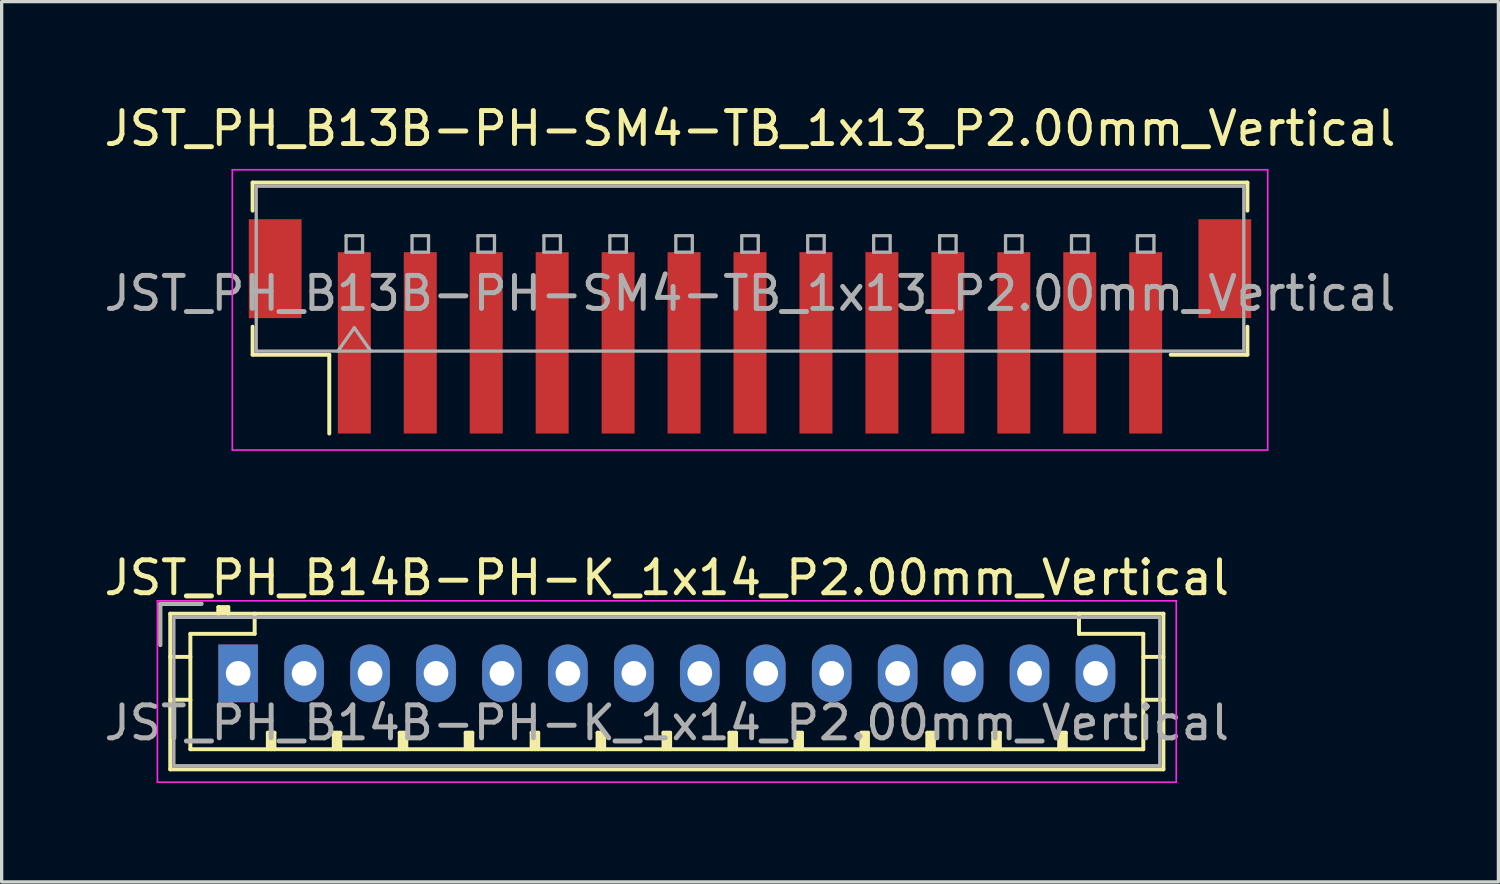
<source format=kicad_pcb>
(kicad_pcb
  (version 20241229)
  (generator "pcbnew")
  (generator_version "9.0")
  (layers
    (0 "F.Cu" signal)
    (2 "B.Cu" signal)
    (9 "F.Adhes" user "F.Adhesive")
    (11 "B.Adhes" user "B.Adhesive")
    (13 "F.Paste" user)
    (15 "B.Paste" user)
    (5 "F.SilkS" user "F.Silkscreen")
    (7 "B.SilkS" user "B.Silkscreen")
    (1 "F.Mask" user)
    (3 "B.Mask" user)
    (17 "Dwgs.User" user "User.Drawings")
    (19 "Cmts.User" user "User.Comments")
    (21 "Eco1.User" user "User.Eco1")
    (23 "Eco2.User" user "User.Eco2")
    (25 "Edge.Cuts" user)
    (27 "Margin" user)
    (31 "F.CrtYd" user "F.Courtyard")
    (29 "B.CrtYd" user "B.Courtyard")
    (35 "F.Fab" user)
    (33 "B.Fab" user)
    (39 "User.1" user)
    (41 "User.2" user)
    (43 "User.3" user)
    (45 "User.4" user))
  (footprint "JST_PH_B13B-PH-SM4-TB_1x13_P2.00mm_Vertical"
    (layer "F.Cu")
    (at 19.696 6.848)
    (property "Reference" "JST_PH_B13B-PH-SM4-TB_1x13_P2.00mm_Vertical" (at 0 -6 0) (layer "F.SilkS") (effects (font (size 1 1) (thickness 0.15))))
    (attr smd)
    (fp_line (start -15.085 -4.36) (end 15.085 -4.36) (stroke (width 0.12) (type solid)) (layer "F.SilkS"))
    (fp_line (start -15.085 -3.51) (end -15.085 -4.36) (stroke (width 0.12) (type solid)) (layer "F.SilkS"))
    (fp_line (start -15.085 0.01) (end -15.085 0.86) (stroke (width 0.12) (type solid)) (layer "F.SilkS"))
    (fp_line (start -15.085 0.86) (end -12.76 0.86) (stroke (width 0.12) (type solid)) (layer "F.SilkS"))
    (fp_line (start -12.76 0.86) (end -12.76 3.25) (stroke (width 0.12) (type solid)) (layer "F.SilkS"))
    (fp_line (start 15.085 -4.36) (end 15.085 -3.51) (stroke (width 0.12) (type solid)) (layer "F.SilkS"))
    (fp_line (start 15.085 0.01) (end 15.085 0.86) (stroke (width 0.12) (type solid)) (layer "F.SilkS"))
    (fp_line (start 15.085 0.86) (end 12.76 0.86) (stroke (width 0.12) (type solid)) (layer "F.SilkS"))
    (fp_line (start -15.7 -4.75) (end -15.7 3.75) (stroke (width 0.05) (type solid)) (layer "F.CrtYd"))
    (fp_line (start -15.7 3.75) (end 15.7 3.75) (stroke (width 0.05) (type solid)) (layer "F.CrtYd"))
    (fp_line (start 15.7 -4.75) (end -15.7 -4.75) (stroke (width 0.05) (type solid)) (layer "F.CrtYd"))
    (fp_line (start 15.7 3.75) (end 15.7 -4.75) (stroke (width 0.05) (type solid)) (layer "F.CrtYd"))
    (fp_line (start -14.975 -4.25) (end 14.975 -4.25) (stroke (width 0.1) (type solid)) (layer "F.Fab"))
    (fp_line (start -14.975 0.75) (end -14.975 -4.25) (stroke (width 0.1) (type solid)) (layer "F.Fab"))
    (fp_line (start -14.975 0.75) (end 14.975 0.75) (stroke (width 0.1) (type solid)) (layer "F.Fab"))
    (fp_line (start -12.5 0.75) (end -12 0.043) (stroke (width 0.1) (type solid)) (layer "F.Fab"))
    (fp_line (start -12.25 -2.75) (end -12.25 -2.25) (stroke (width 0.1) (type solid)) (layer "F.Fab"))
    (fp_line (start -12.25 -2.25) (end -11.75 -2.25) (stroke (width 0.1) (type solid)) (layer "F.Fab"))
    (fp_line (start -12 0.043) (end -11.5 0.75) (stroke (width 0.1) (type solid)) (layer "F.Fab"))
    (fp_line (start -11.75 -2.75) (end -12.25 -2.75) (stroke (width 0.1) (type solid)) (layer "F.Fab"))
    (fp_line (start -11.75 -2.25) (end -11.75 -2.75) (stroke (width 0.1) (type solid)) (layer "F.Fab"))
    (fp_line (start -10.25 -2.75) (end -10.25 -2.25) (stroke (width 0.1) (type solid)) (layer "F.Fab"))
    (fp_line (start -10.25 -2.25) (end -9.75 -2.25) (stroke (width 0.1) (type solid)) (layer "F.Fab"))
    (fp_line (start -9.75 -2.75) (end -10.25 -2.75) (stroke (width 0.1) (type solid)) (layer "F.Fab"))
    (fp_line (start -9.75 -2.25) (end -9.75 -2.75) (stroke (width 0.1) (type solid)) (layer "F.Fab"))
    (fp_line (start -8.25 -2.75) (end -8.25 -2.25) (stroke (width 0.1) (type solid)) (layer "F.Fab"))
    (fp_line (start -8.25 -2.25) (end -7.75 -2.25) (stroke (width 0.1) (type solid)) (layer "F.Fab"))
    (fp_line (start -7.75 -2.75) (end -8.25 -2.75) (stroke (width 0.1) (type solid)) (layer "F.Fab"))
    (fp_line (start -7.75 -2.25) (end -7.75 -2.75) (stroke (width 0.1) (type solid)) (layer "F.Fab"))
    (fp_line (start -6.25 -2.75) (end -6.25 -2.25) (stroke (width 0.1) (type solid)) (layer "F.Fab"))
    (fp_line (start -6.25 -2.25) (end -5.75 -2.25) (stroke (width 0.1) (type solid)) (layer "F.Fab"))
    (fp_line (start -5.75 -2.75) (end -6.25 -2.75) (stroke (width 0.1) (type solid)) (layer "F.Fab"))
    (fp_line (start -5.75 -2.25) (end -5.75 -2.75) (stroke (width 0.1) (type solid)) (layer "F.Fab"))
    (fp_line (start -4.25 -2.75) (end -4.25 -2.25) (stroke (width 0.1) (type solid)) (layer "F.Fab"))
    (fp_line (start -4.25 -2.25) (end -3.75 -2.25) (stroke (width 0.1) (type solid)) (layer "F.Fab"))
    (fp_line (start -3.75 -2.75) (end -4.25 -2.75) (stroke (width 0.1) (type solid)) (layer "F.Fab"))
    (fp_line (start -3.75 -2.25) (end -3.75 -2.75) (stroke (width 0.1) (type solid)) (layer "F.Fab"))
    (fp_line (start -2.25 -2.75) (end -2.25 -2.25) (stroke (width 0.1) (type solid)) (layer "F.Fab"))
    (fp_line (start -2.25 -2.25) (end -1.75 -2.25) (stroke (width 0.1) (type solid)) (layer "F.Fab"))
    (fp_line (start -1.75 -2.75) (end -2.25 -2.75) (stroke (width 0.1) (type solid)) (layer "F.Fab"))
    (fp_line (start -1.75 -2.25) (end -1.75 -2.75) (stroke (width 0.1) (type solid)) (layer "F.Fab"))
    (fp_line (start -0.25 -2.75) (end -0.25 -2.25) (stroke (width 0.1) (type solid)) (layer "F.Fab"))
    (fp_line (start -0.25 -2.25) (end 0.25 -2.25) (stroke (width 0.1) (type solid)) (layer "F.Fab"))
    (fp_line (start 0.25 -2.75) (end -0.25 -2.75) (stroke (width 0.1) (type solid)) (layer "F.Fab"))
    (fp_line (start 0.25 -2.25) (end 0.25 -2.75) (stroke (width 0.1) (type solid)) (layer "F.Fab"))
    (fp_line (start 1.75 -2.75) (end 1.75 -2.25) (stroke (width 0.1) (type solid)) (layer "F.Fab"))
    (fp_line (start 1.75 -2.25) (end 2.25 -2.25) (stroke (width 0.1) (type solid)) (layer "F.Fab"))
    (fp_line (start 2.25 -2.75) (end 1.75 -2.75) (stroke (width 0.1) (type solid)) (layer "F.Fab"))
    (fp_line (start 2.25 -2.25) (end 2.25 -2.75) (stroke (width 0.1) (type solid)) (layer "F.Fab"))
    (fp_line (start 3.75 -2.75) (end 3.75 -2.25) (stroke (width 0.1) (type solid)) (layer "F.Fab"))
    (fp_line (start 3.75 -2.25) (end 4.25 -2.25) (stroke (width 0.1) (type solid)) (layer "F.Fab"))
    (fp_line (start 4.25 -2.75) (end 3.75 -2.75) (stroke (width 0.1) (type solid)) (layer "F.Fab"))
    (fp_line (start 4.25 -2.25) (end 4.25 -2.75) (stroke (width 0.1) (type solid)) (layer "F.Fab"))
    (fp_line (start 5.75 -2.75) (end 5.75 -2.25) (stroke (width 0.1) (type solid)) (layer "F.Fab"))
    (fp_line (start 5.75 -2.25) (end 6.25 -2.25) (stroke (width 0.1) (type solid)) (layer "F.Fab"))
    (fp_line (start 6.25 -2.75) (end 5.75 -2.75) (stroke (width 0.1) (type solid)) (layer "F.Fab"))
    (fp_line (start 6.25 -2.25) (end 6.25 -2.75) (stroke (width 0.1) (type solid)) (layer "F.Fab"))
    (fp_line (start 7.75 -2.75) (end 7.75 -2.25) (stroke (width 0.1) (type solid)) (layer "F.Fab"))
    (fp_line (start 7.75 -2.25) (end 8.25 -2.25) (stroke (width 0.1) (type solid)) (layer "F.Fab"))
    (fp_line (start 8.25 -2.75) (end 7.75 -2.75) (stroke (width 0.1) (type solid)) (layer "F.Fab"))
    (fp_line (start 8.25 -2.25) (end 8.25 -2.75) (stroke (width 0.1) (type solid)) (layer "F.Fab"))
    (fp_line (start 9.75 -2.75) (end 9.75 -2.25) (stroke (width 0.1) (type solid)) (layer "F.Fab"))
    (fp_line (start 9.75 -2.25) (end 10.25 -2.25) (stroke (width 0.1) (type solid)) (layer "F.Fab"))
    (fp_line (start 10.25 -2.75) (end 9.75 -2.75) (stroke (width 0.1) (type solid)) (layer "F.Fab"))
    (fp_line (start 10.25 -2.25) (end 10.25 -2.75) (stroke (width 0.1) (type solid)) (layer "F.Fab"))
    (fp_line (start 11.75 -2.75) (end 11.75 -2.25) (stroke (width 0.1) (type solid)) (layer "F.Fab"))
    (fp_line (start 11.75 -2.25) (end 12.25 -2.25) (stroke (width 0.1) (type solid)) (layer "F.Fab"))
    (fp_line (start 12.25 -2.75) (end 11.75 -2.75) (stroke (width 0.1) (type solid)) (layer "F.Fab"))
    (fp_line (start 12.25 -2.25) (end 12.25 -2.75) (stroke (width 0.1) (type solid)) (layer "F.Fab"))
    (fp_line (start 14.975 0.75) (end 14.975 -4.25) (stroke (width 0.1) (type solid)) (layer "F.Fab"))
    (fp_text user "${REFERENCE}" (at 0 -1 0) (layer "F.Fab") (effects (font (size 1 1) (thickness 0.15))))
    (pad "" smd rect (at -14.4 -1.75) (size 1.6 3) (layers "F.Cu" "F.Mask" "F.Paste"))
    (pad "" smd rect (at 14.4 -1.75) (size 1.6 3) (layers "F.Cu" "F.Mask" "F.Paste"))
    (pad "1" smd rect (at -12 0.5) (size 1 5.5) (layers "F.Cu" "F.Mask" "F.Paste"))
    (pad "2" smd rect (at -10 0.5) (size 1 5.5) (layers "F.Cu" "F.Mask" "F.Paste"))
    (pad "3" smd rect (at -8 0.5) (size 1 5.5) (layers "F.Cu" "F.Mask" "F.Paste"))
    (pad "4" smd rect (at -6 0.5) (size 1 5.5) (layers "F.Cu" "F.Mask" "F.Paste"))
    (pad "5" smd rect (at -4 0.5) (size 1 5.5) (layers "F.Cu" "F.Mask" "F.Paste"))
    (pad "6" smd rect (at -2 0.5) (size 1 5.5) (layers "F.Cu" "F.Mask" "F.Paste"))
    (pad "7" smd rect (at 0 0.5) (size 1 5.5) (layers "F.Cu" "F.Mask" "F.Paste"))
    (pad "8" smd rect (at 2 0.5) (size 1 5.5) (layers "F.Cu" "F.Mask" "F.Paste"))
    (pad "9" smd rect (at 4 0.5) (size 1 5.5) (layers "F.Cu" "F.Mask" "F.Paste"))
    (pad "10" smd rect (at 6 0.5) (size 1 5.5) (layers "F.Cu" "F.Mask" "F.Paste"))
    (pad "11" smd rect (at 8 0.5) (size 1 5.5) (layers "F.Cu" "F.Mask" "F.Paste"))
    (pad "12" smd rect (at 10 0.5) (size 1 5.5) (layers "F.Cu" "F.Mask" "F.Paste"))
    (pad "13" smd rect (at 12 0.5) (size 1 5.5) (layers "F.Cu" "F.Mask" "F.Paste")))
  (footprint "JST_PH_B14B-PH-K_1x14_P2.00mm_Vertical"
    (layer "F.Cu")
    (at 4.173 17.372)
    (property "Reference" "JST_PH_B14B-PH-K_1x14_P2.00mm_Vertical" (at 13 -2.9 0) (layer "F.SilkS") (effects (font (size 1 1) (thickness 0.15))))
    (attr through_hole)
    (fp_line (start -2.36 -2.11) (end -2.36 -0.86) (stroke (width 0.12) (type solid)) (layer "F.SilkS"))
    (fp_line (start -2.06 -1.81) (end -2.06 2.91) (stroke (width 0.12) (type solid)) (layer "F.SilkS"))
    (fp_line (start -2.06 -0.5) (end -1.45 -0.5) (stroke (width 0.12) (type solid)) (layer "F.SilkS"))
    (fp_line (start -2.06 0.8) (end -1.45 0.8) (stroke (width 0.12) (type solid)) (layer "F.SilkS"))
    (fp_line (start -2.06 2.91) (end 28.06 2.91) (stroke (width 0.12) (type solid)) (layer "F.SilkS"))
    (fp_line (start -1.45 -1.2) (end -1.45 2.3) (stroke (width 0.12) (type solid)) (layer "F.SilkS"))
    (fp_line (start -1.45 2.3) (end 27.45 2.3) (stroke (width 0.12) (type solid)) (layer "F.SilkS"))
    (fp_line (start -1.11 -2.11) (end -2.36 -2.11) (stroke (width 0.12) (type solid)) (layer "F.SilkS"))
    (fp_line (start -0.6 -2.01) (end -0.6 -1.81) (stroke (width 0.12) (type solid)) (layer "F.SilkS"))
    (fp_line (start -0.3 -2.01) (end -0.6 -2.01) (stroke (width 0.12) (type solid)) (layer "F.SilkS"))
    (fp_line (start -0.3 -1.91) (end -0.6 -1.91) (stroke (width 0.12) (type solid)) (layer "F.SilkS"))
    (fp_line (start -0.3 -1.81) (end -0.3 -2.01) (stroke (width 0.12) (type solid)) (layer "F.SilkS"))
    (fp_line (start 0.5 -1.81) (end 0.5 -1.2) (stroke (width 0.12) (type solid)) (layer "F.SilkS"))
    (fp_line (start 0.5 -1.2) (end -1.45 -1.2) (stroke (width 0.12) (type solid)) (layer "F.SilkS"))
    (fp_line (start 0.9 1.8) (end 1.1 1.8) (stroke (width 0.12) (type solid)) (layer "F.SilkS"))
    (fp_line (start 0.9 2.3) (end 0.9 1.8) (stroke (width 0.12) (type solid)) (layer "F.SilkS"))
    (fp_line (start 1 2.3) (end 1 1.8) (stroke (width 0.12) (type solid)) (layer "F.SilkS"))
    (fp_line (start 1.1 1.8) (end 1.1 2.3) (stroke (width 0.12) (type solid)) (layer "F.SilkS"))
    (fp_line (start 2.9 1.8) (end 3.1 1.8) (stroke (width 0.12) (type solid)) (layer "F.SilkS"))
    (fp_line (start 2.9 2.3) (end 2.9 1.8) (stroke (width 0.12) (type solid)) (layer "F.SilkS"))
    (fp_line (start 3 2.3) (end 3 1.8) (stroke (width 0.12) (type solid)) (layer "F.SilkS"))
    (fp_line (start 3.1 1.8) (end 3.1 2.3) (stroke (width 0.12) (type solid)) (layer "F.SilkS"))
    (fp_line (start 4.9 1.8) (end 5.1 1.8) (stroke (width 0.12) (type solid)) (layer "F.SilkS"))
    (fp_line (start 4.9 2.3) (end 4.9 1.8) (stroke (width 0.12) (type solid)) (layer "F.SilkS"))
    (fp_line (start 5 2.3) (end 5 1.8) (stroke (width 0.12) (type solid)) (layer "F.SilkS"))
    (fp_line (start 5.1 1.8) (end 5.1 2.3) (stroke (width 0.12) (type solid)) (layer "F.SilkS"))
    (fp_line (start 6.9 1.8) (end 7.1 1.8) (stroke (width 0.12) (type solid)) (layer "F.SilkS"))
    (fp_line (start 6.9 2.3) (end 6.9 1.8) (stroke (width 0.12) (type solid)) (layer "F.SilkS"))
    (fp_line (start 7 2.3) (end 7 1.8) (stroke (width 0.12) (type solid)) (layer "F.SilkS"))
    (fp_line (start 7.1 1.8) (end 7.1 2.3) (stroke (width 0.12) (type solid)) (layer "F.SilkS"))
    (fp_line (start 8.9 1.8) (end 9.1 1.8) (stroke (width 0.12) (type solid)) (layer "F.SilkS"))
    (fp_line (start 8.9 2.3) (end 8.9 1.8) (stroke (width 0.12) (type solid)) (layer "F.SilkS"))
    (fp_line (start 9 2.3) (end 9 1.8) (stroke (width 0.12) (type solid)) (layer "F.SilkS"))
    (fp_line (start 9.1 1.8) (end 9.1 2.3) (stroke (width 0.12) (type solid)) (layer "F.SilkS"))
    (fp_line (start 10.9 1.8) (end 11.1 1.8) (stroke (width 0.12) (type solid)) (layer "F.SilkS"))
    (fp_line (start 10.9 2.3) (end 10.9 1.8) (stroke (width 0.12) (type solid)) (layer "F.SilkS"))
    (fp_line (start 11 2.3) (end 11 1.8) (stroke (width 0.12) (type solid)) (layer "F.SilkS"))
    (fp_line (start 11.1 1.8) (end 11.1 2.3) (stroke (width 0.12) (type solid)) (layer "F.SilkS"))
    (fp_line (start 12.9 1.8) (end 13.1 1.8) (stroke (width 0.12) (type solid)) (layer "F.SilkS"))
    (fp_line (start 12.9 2.3) (end 12.9 1.8) (stroke (width 0.12) (type solid)) (layer "F.SilkS"))
    (fp_line (start 13 2.3) (end 13 1.8) (stroke (width 0.12) (type solid)) (layer "F.SilkS"))
    (fp_line (start 13.1 1.8) (end 13.1 2.3) (stroke (width 0.12) (type solid)) (layer "F.SilkS"))
    (fp_line (start 14.9 1.8) (end 15.1 1.8) (stroke (width 0.12) (type solid)) (layer "F.SilkS"))
    (fp_line (start 14.9 2.3) (end 14.9 1.8) (stroke (width 0.12) (type solid)) (layer "F.SilkS"))
    (fp_line (start 15 2.3) (end 15 1.8) (stroke (width 0.12) (type solid)) (layer "F.SilkS"))
    (fp_line (start 15.1 1.8) (end 15.1 2.3) (stroke (width 0.12) (type solid)) (layer "F.SilkS"))
    (fp_line (start 16.9 1.8) (end 17.1 1.8) (stroke (width 0.12) (type solid)) (layer "F.SilkS"))
    (fp_line (start 16.9 2.3) (end 16.9 1.8) (stroke (width 0.12) (type solid)) (layer "F.SilkS"))
    (fp_line (start 17 2.3) (end 17 1.8) (stroke (width 0.12) (type solid)) (layer "F.SilkS"))
    (fp_line (start 17.1 1.8) (end 17.1 2.3) (stroke (width 0.12) (type solid)) (layer "F.SilkS"))
    (fp_line (start 18.9 1.8) (end 19.1 1.8) (stroke (width 0.12) (type solid)) (layer "F.SilkS"))
    (fp_line (start 18.9 2.3) (end 18.9 1.8) (stroke (width 0.12) (type solid)) (layer "F.SilkS"))
    (fp_line (start 19 2.3) (end 19 1.8) (stroke (width 0.12) (type solid)) (layer "F.SilkS"))
    (fp_line (start 19.1 1.8) (end 19.1 2.3) (stroke (width 0.12) (type solid)) (layer "F.SilkS"))
    (fp_line (start 20.9 1.8) (end 21.1 1.8) (stroke (width 0.12) (type solid)) (layer "F.SilkS"))
    (fp_line (start 20.9 2.3) (end 20.9 1.8) (stroke (width 0.12) (type solid)) (layer "F.SilkS"))
    (fp_line (start 21 2.3) (end 21 1.8) (stroke (width 0.12) (type solid)) (layer "F.SilkS"))
    (fp_line (start 21.1 1.8) (end 21.1 2.3) (stroke (width 0.12) (type solid)) (layer "F.SilkS"))
    (fp_line (start 22.9 1.8) (end 23.1 1.8) (stroke (width 0.12) (type solid)) (layer "F.SilkS"))
    (fp_line (start 22.9 2.3) (end 22.9 1.8) (stroke (width 0.12) (type solid)) (layer "F.SilkS"))
    (fp_line (start 23 2.3) (end 23 1.8) (stroke (width 0.12) (type solid)) (layer "F.SilkS"))
    (fp_line (start 23.1 1.8) (end 23.1 2.3) (stroke (width 0.12) (type solid)) (layer "F.SilkS"))
    (fp_line (start 24.9 1.8) (end 25.1 1.8) (stroke (width 0.12) (type solid)) (layer "F.SilkS"))
    (fp_line (start 24.9 2.3) (end 24.9 1.8) (stroke (width 0.12) (type solid)) (layer "F.SilkS"))
    (fp_line (start 25 2.3) (end 25 1.8) (stroke (width 0.12) (type solid)) (layer "F.SilkS"))
    (fp_line (start 25.1 1.8) (end 25.1 2.3) (stroke (width 0.12) (type solid)) (layer "F.SilkS"))
    (fp_line (start 25.5 -1.2) (end 25.5 -1.81) (stroke (width 0.12) (type solid)) (layer "F.SilkS"))
    (fp_line (start 27.45 -1.2) (end 25.5 -1.2) (stroke (width 0.12) (type solid)) (layer "F.SilkS"))
    (fp_line (start 27.45 2.3) (end 27.45 -1.2) (stroke (width 0.12) (type solid)) (layer "F.SilkS"))
    (fp_line (start 28.06 -1.81) (end -2.06 -1.81) (stroke (width 0.12) (type solid)) (layer "F.SilkS"))
    (fp_line (start 28.06 -0.5) (end 27.45 -0.5) (stroke (width 0.12) (type solid)) (layer "F.SilkS"))
    (fp_line (start 28.06 0.8) (end 27.45 0.8) (stroke (width 0.12) (type solid)) (layer "F.SilkS"))
    (fp_line (start 28.06 2.91) (end 28.06 -1.81) (stroke (width 0.12) (type solid)) (layer "F.SilkS"))
    (fp_line (start -2.45 -2.2) (end -2.45 3.3) (stroke (width 0.05) (type solid)) (layer "F.CrtYd"))
    (fp_line (start -2.45 3.3) (end 28.45 3.3) (stroke (width 0.05) (type solid)) (layer "F.CrtYd"))
    (fp_line (start 28.45 -2.2) (end -2.45 -2.2) (stroke (width 0.05) (type solid)) (layer "F.CrtYd"))
    (fp_line (start 28.45 3.3) (end 28.45 -2.2) (stroke (width 0.05) (type solid)) (layer "F.CrtYd"))
    (fp_line (start -2.36 -2.11) (end -2.36 -0.86) (stroke (width 0.1) (type solid)) (layer "F.Fab"))
    (fp_line (start -1.95 -1.7) (end -1.95 2.8) (stroke (width 0.1) (type solid)) (layer "F.Fab"))
    (fp_line (start -1.95 2.8) (end 27.95 2.8) (stroke (width 0.1) (type solid)) (layer "F.Fab"))
    (fp_line (start -1.11 -2.11) (end -2.36 -2.11) (stroke (width 0.1) (type solid)) (layer "F.Fab"))
    (fp_line (start 27.95 -1.7) (end -1.95 -1.7) (stroke (width 0.1) (type solid)) (layer "F.Fab"))
    (fp_line (start 27.95 2.8) (end 27.95 -1.7) (stroke (width 0.1) (type solid)) (layer "F.Fab"))
    (fp_text user "${REFERENCE}" (at 13 1.5 0) (layer "F.Fab") (effects (font (size 1 1) (thickness 0.15))))
    (pad "1" thru_hole rect (at 0 0) (size 1.2 1.75) (drill 0.75) (layers "*.Cu" "*.Mask"))
    (pad "2" thru_hole oval (at 2 0) (size 1.2 1.75) (drill 0.75) (layers "*.Cu" "*.Mask"))
    (pad "3" thru_hole oval (at 4 0) (size 1.2 1.75) (drill 0.75) (layers "*.Cu" "*.Mask"))
    (pad "4" thru_hole oval (at 6 0) (size 1.2 1.75) (drill 0.75) (layers "*.Cu" "*.Mask"))
    (pad "5" thru_hole oval (at 8 0) (size 1.2 1.75) (drill 0.75) (layers "*.Cu" "*.Mask"))
    (pad "6" thru_hole oval (at 10 0) (size 1.2 1.75) (drill 0.75) (layers "*.Cu" "*.Mask"))
    (pad "7" thru_hole oval (at 12 0) (size 1.2 1.75) (drill 0.75) (layers "*.Cu" "*.Mask"))
    (pad "8" thru_hole oval (at 14 0) (size 1.2 1.75) (drill 0.75) (layers "*.Cu" "*.Mask"))
    (pad "9" thru_hole oval (at 16 0) (size 1.2 1.75) (drill 0.75) (layers "*.Cu" "*.Mask"))
    (pad "10" thru_hole oval (at 18 0) (size 1.2 1.75) (drill 0.75) (layers "*.Cu" "*.Mask"))
    (pad "11" thru_hole oval (at 20 0) (size 1.2 1.75) (drill 0.75) (layers "*.Cu" "*.Mask"))
    (pad "12" thru_hole oval (at 22 0) (size 1.2 1.75) (drill 0.75) (layers "*.Cu" "*.Mask"))
    (pad "13" thru_hole oval (at 24 0) (size 1.2 1.75) (drill 0.75) (layers "*.Cu" "*.Mask"))
    (pad "14" thru_hole oval (at 26 0) (size 1.2 1.75) (drill 0.75) (layers "*.Cu" "*.Mask")))
  (gr_rect
    (start -3 -3)
    (end 42.393 23.697)
    (stroke (width 0.1) (type default))
    (fill no)
    (layer "Edge.Cuts")))
</source>
